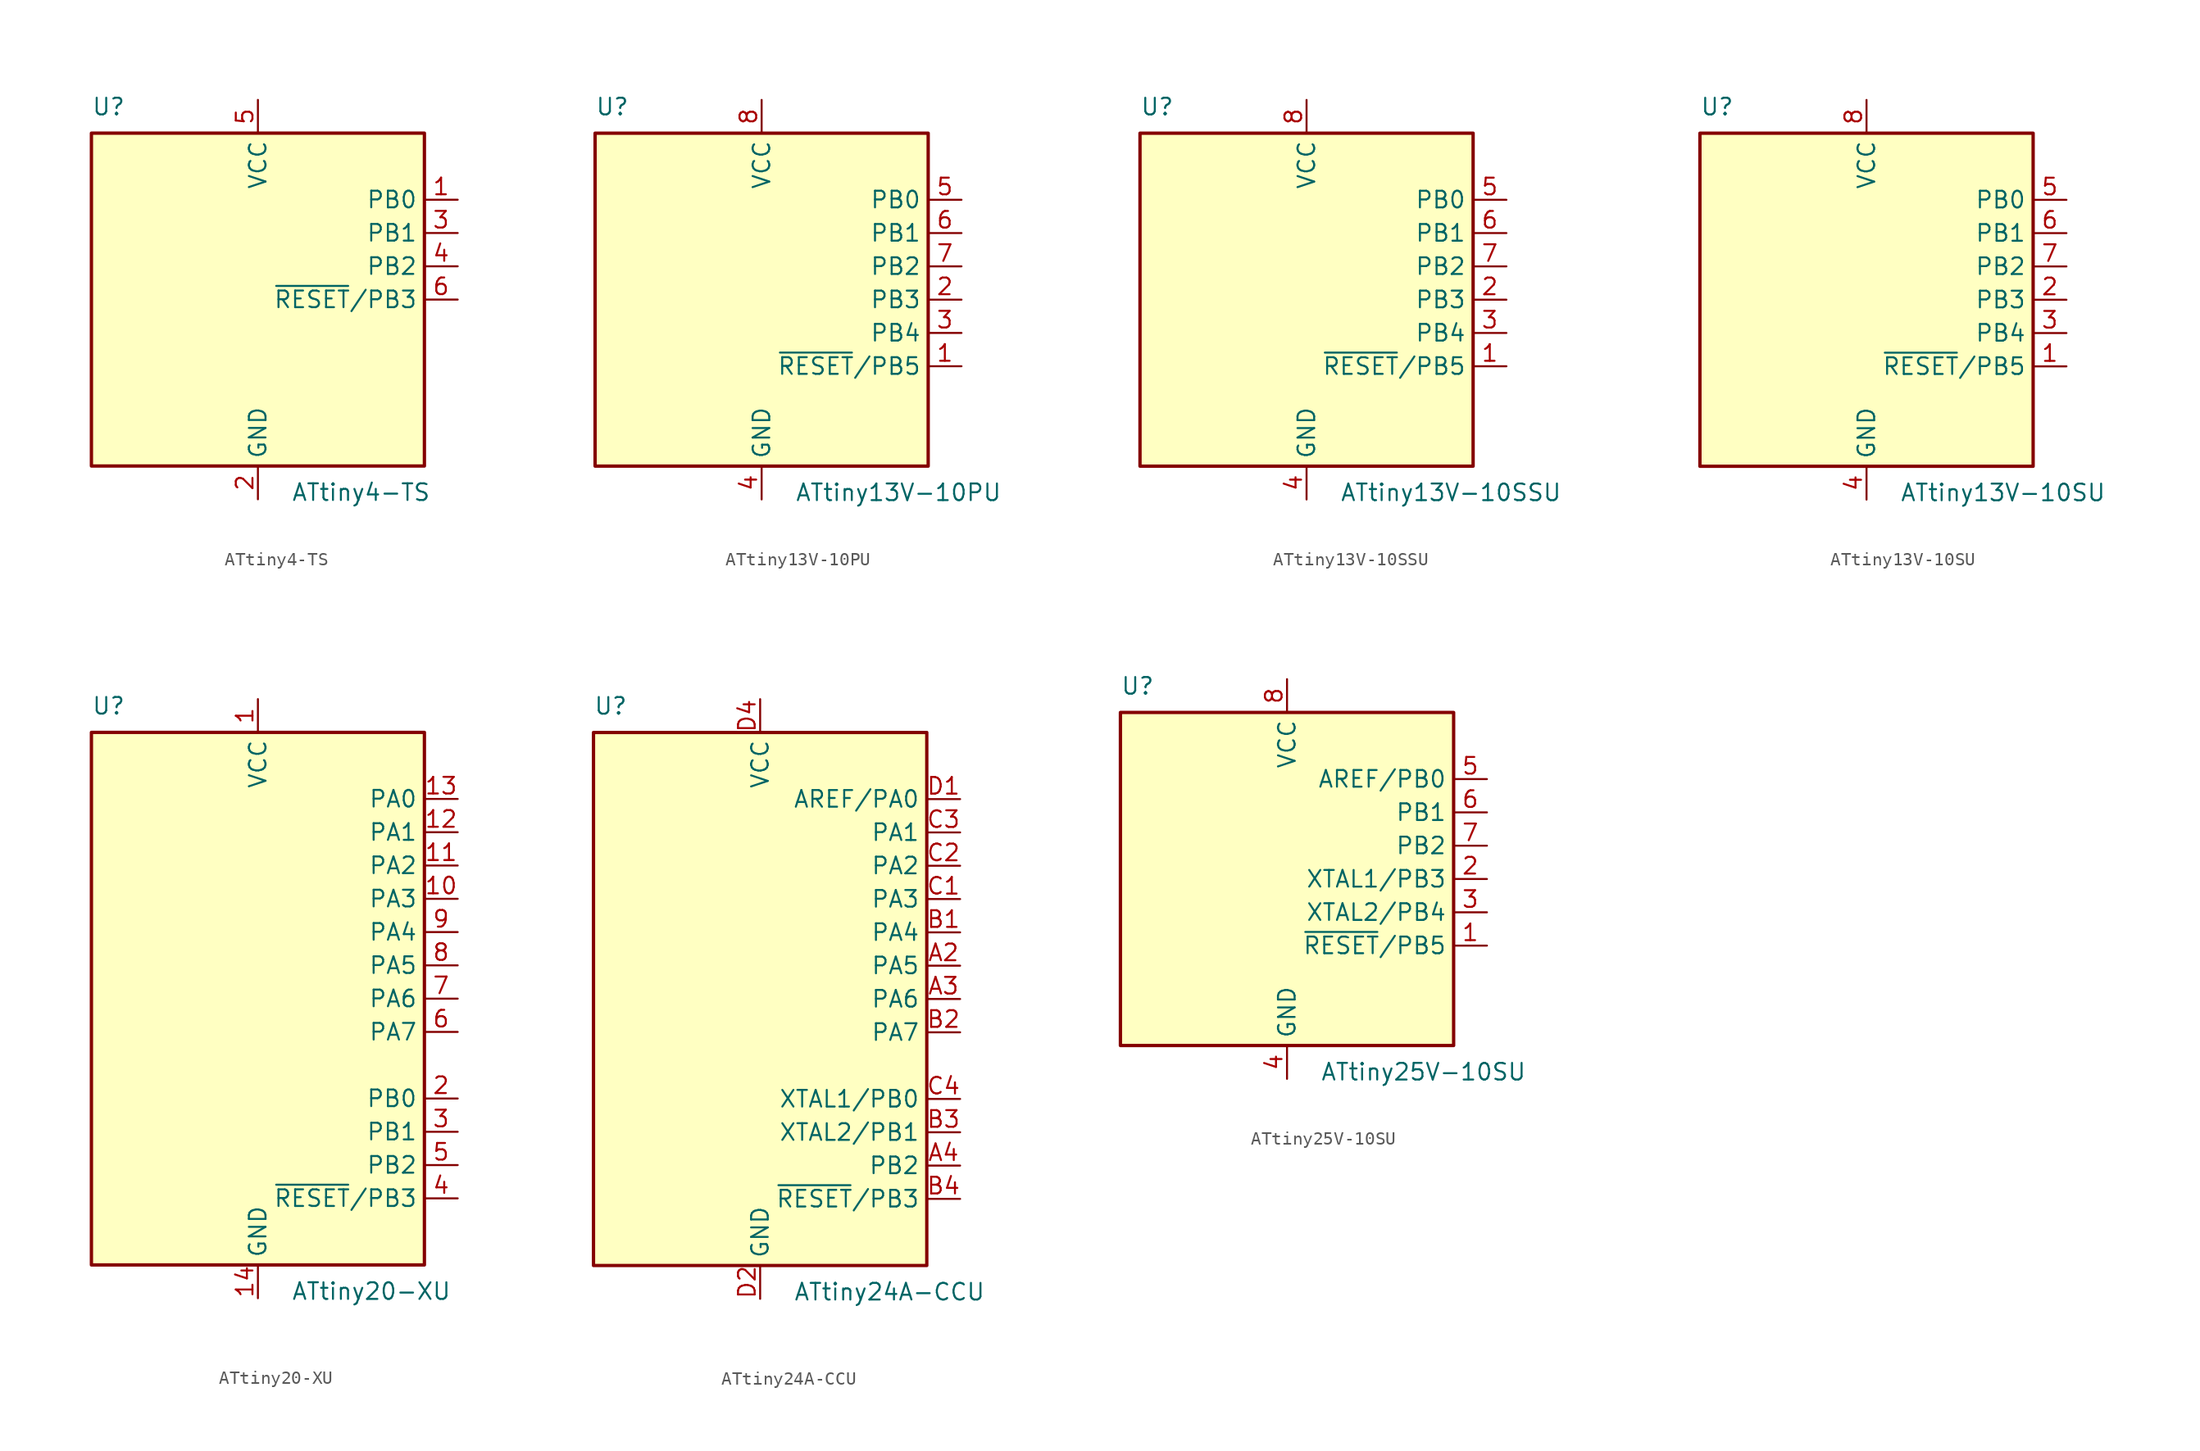
<source format=kicad_sym>
(kicad_symbol_lib
  (version 20201005)
  (generator kicad_symbol_editor)
  (symbol "ATtiny4-TS"
    (property "Reference" "U"
      (at -12.7 13.97 0)
      (effects (font (size 1.27 1.27)) (justify left bottom)))
    (property "Value" "ATtiny4-TS"
      (at 2.54 -13.97 0)
      (effects (font (size 1.27 1.27)) (justify left top)))
    (symbol "ATtiny4-TS_0_1"
      (rectangle (start -12.7 -12.7) (end 12.7 12.7) (stroke (width 0.254)) (fill (type background))))
    (symbol "ATtiny4-TS_1_1"
      (pin tri_state line (at 15.24 7.62 180) (length 2.54) (name "PB0" (effects (font (size 1.27 1.27)))) (number "1" (effects (font (size 1.27 1.27)))))
      (pin power_in line (at 0 -15.24 90) (length 2.54) (name "GND" (effects (font (size 1.27 1.27)))) (number "2" (effects (font (size 1.27 1.27)))))
      (pin tri_state line (at 15.24 5.08 180) (length 2.54) (name "PB1" (effects (font (size 1.27 1.27)))) (number "3" (effects (font (size 1.27 1.27)))))
      (pin tri_state line (at 15.24 2.54 180) (length 2.54) (name "PB2" (effects (font (size 1.27 1.27)))) (number "4" (effects (font (size 1.27 1.27)))))
      (pin power_in line (at 0 15.24 270) (length 2.54) (name "VCC" (effects (font (size 1.27 1.27)))) (number "5" (effects (font (size 1.27 1.27)))))
      (pin tri_state line (at 15.24 0 180) (length 2.54) (name "~RESET~/PB3" (effects (font (size 1.27 1.27)))) (number "6" (effects (font (size 1.27 1.27)))))))
  (symbol "ATtiny13V-10PU"
    (property "Reference" "U"
      (at -12.7 13.97 0)
      (effects (font (size 1.27 1.27)) (justify left bottom)))
    (property "Value" "ATtiny13V-10PU"
      (at 2.54 -13.97 0)
      (effects (font (size 1.27 1.27)) (justify left top)))
    (symbol "ATtiny13V-10PU_0_1"
      (rectangle (start -12.7 -12.7) (end 12.7 12.7) (stroke (width 0.254)) (fill (type background))))
    (symbol "ATtiny13V-10PU_1_1"
      (pin tri_state line (at 15.24 -5.08 180) (length 2.54) (name "~RESET~/PB5" (effects (font (size 1.27 1.27)))) (number "1" (effects (font (size 1.27 1.27)))))
      (pin tri_state line (at 15.24 0 180) (length 2.54) (name "PB3" (effects (font (size 1.27 1.27)))) (number "2" (effects (font (size 1.27 1.27)))))
      (pin tri_state line (at 15.24 -2.54 180) (length 2.54) (name "PB4" (effects (font (size 1.27 1.27)))) (number "3" (effects (font (size 1.27 1.27)))))
      (pin power_in line (at 0 -15.24 90) (length 2.54) (name "GND" (effects (font (size 1.27 1.27)))) (number "4" (effects (font (size 1.27 1.27)))))
      (pin tri_state line (at 15.24 7.62 180) (length 2.54) (name "PB0" (effects (font (size 1.27 1.27)))) (number "5" (effects (font (size 1.27 1.27)))))
      (pin tri_state line (at 15.24 5.08 180) (length 2.54) (name "PB1" (effects (font (size 1.27 1.27)))) (number "6" (effects (font (size 1.27 1.27)))))
      (pin tri_state line (at 15.24 2.54 180) (length 2.54) (name "PB2" (effects (font (size 1.27 1.27)))) (number "7" (effects (font (size 1.27 1.27)))))
      (pin power_in line (at 0 15.24 270) (length 2.54) (name "VCC" (effects (font (size 1.27 1.27)))) (number "8" (effects (font (size 1.27 1.27)))))))
  (symbol "ATtiny13V-10SSU"
    (property "Reference" "U"
      (at -12.7 13.97 0)
      (effects (font (size 1.27 1.27)) (justify left bottom)))
    (property "Value" "ATtiny13V-10SSU"
      (at 2.54 -13.97 0)
      (effects (font (size 1.27 1.27)) (justify left top)))
    (symbol "ATtiny13V-10SSU_0_1"
      (rectangle (start -12.7 -12.7) (end 12.7 12.7) (stroke (width 0.254)) (fill (type background))))
    (symbol "ATtiny13V-10SSU_1_1"
      (pin tri_state line (at 15.24 -5.08 180) (length 2.54) (name "~RESET~/PB5" (effects (font (size 1.27 1.27)))) (number "1" (effects (font (size 1.27 1.27)))))
      (pin tri_state line (at 15.24 0 180) (length 2.54) (name "PB3" (effects (font (size 1.27 1.27)))) (number "2" (effects (font (size 1.27 1.27)))))
      (pin tri_state line (at 15.24 -2.54 180) (length 2.54) (name "PB4" (effects (font (size 1.27 1.27)))) (number "3" (effects (font (size 1.27 1.27)))))
      (pin power_in line (at 0 -15.24 90) (length 2.54) (name "GND" (effects (font (size 1.27 1.27)))) (number "4" (effects (font (size 1.27 1.27)))))
      (pin tri_state line (at 15.24 7.62 180) (length 2.54) (name "PB0" (effects (font (size 1.27 1.27)))) (number "5" (effects (font (size 1.27 1.27)))))
      (pin tri_state line (at 15.24 5.08 180) (length 2.54) (name "PB1" (effects (font (size 1.27 1.27)))) (number "6" (effects (font (size 1.27 1.27)))))
      (pin tri_state line (at 15.24 2.54 180) (length 2.54) (name "PB2" (effects (font (size 1.27 1.27)))) (number "7" (effects (font (size 1.27 1.27)))))
      (pin power_in line (at 0 15.24 270) (length 2.54) (name "VCC" (effects (font (size 1.27 1.27)))) (number "8" (effects (font (size 1.27 1.27)))))))
  (symbol "ATtiny13V-10SU"
    (property "Reference" "U"
      (at -12.7 13.97 0)
      (effects (font (size 1.27 1.27)) (justify left bottom)))
    (property "Value" "ATtiny13V-10SU"
      (at 2.54 -13.97 0)
      (effects (font (size 1.27 1.27)) (justify left top)))
    (symbol "ATtiny13V-10SU_0_1"
      (rectangle (start -12.7 -12.7) (end 12.7 12.7) (stroke (width 0.254)) (fill (type background))))
    (symbol "ATtiny13V-10SU_1_1"
      (pin tri_state line (at 15.24 -5.08 180) (length 2.54) (name "~RESET~/PB5" (effects (font (size 1.27 1.27)))) (number "1" (effects (font (size 1.27 1.27)))))
      (pin tri_state line (at 15.24 0 180) (length 2.54) (name "PB3" (effects (font (size 1.27 1.27)))) (number "2" (effects (font (size 1.27 1.27)))))
      (pin tri_state line (at 15.24 -2.54 180) (length 2.54) (name "PB4" (effects (font (size 1.27 1.27)))) (number "3" (effects (font (size 1.27 1.27)))))
      (pin power_in line (at 0 -15.24 90) (length 2.54) (name "GND" (effects (font (size 1.27 1.27)))) (number "4" (effects (font (size 1.27 1.27)))))
      (pin tri_state line (at 15.24 7.62 180) (length 2.54) (name "PB0" (effects (font (size 1.27 1.27)))) (number "5" (effects (font (size 1.27 1.27)))))
      (pin tri_state line (at 15.24 5.08 180) (length 2.54) (name "PB1" (effects (font (size 1.27 1.27)))) (number "6" (effects (font (size 1.27 1.27)))))
      (pin tri_state line (at 15.24 2.54 180) (length 2.54) (name "PB2" (effects (font (size 1.27 1.27)))) (number "7" (effects (font (size 1.27 1.27)))))
      (pin power_in line (at 0 15.24 270) (length 2.54) (name "VCC" (effects (font (size 1.27 1.27)))) (number "8" (effects (font (size 1.27 1.27)))))))
  (symbol "ATtiny20-XU"
    (property "Reference" "U"
      (at -12.7 21.59 0)
      (effects (font (size 1.27 1.27)) (justify left bottom)))
    (property "Value" "ATtiny20-XU"
      (at 2.54 -21.59 0)
      (effects (font (size 1.27 1.27)) (justify left top)))
    (symbol "ATtiny20-XU_0_1"
      (rectangle (start -12.7 -20.32) (end 12.7 20.32) (stroke (width 0.254)) (fill (type background))))
    (symbol "ATtiny20-XU_1_1"
      (pin power_in line (at 0 22.86 270) (length 2.54) (name "VCC" (effects (font (size 1.27 1.27)))) (number "1" (effects (font (size 1.27 1.27)))))
      (pin tri_state line (at 15.24 7.62 180) (length 2.54) (name "PA3" (effects (font (size 1.27 1.27)))) (number "10" (effects (font (size 1.27 1.27)))))
      (pin tri_state line (at 15.24 10.16 180) (length 2.54) (name "PA2" (effects (font (size 1.27 1.27)))) (number "11" (effects (font (size 1.27 1.27)))))
      (pin tri_state line (at 15.24 12.7 180) (length 2.54) (name "PA1" (effects (font (size 1.27 1.27)))) (number "12" (effects (font (size 1.27 1.27)))))
      (pin tri_state line (at 15.24 15.24 180) (length 2.54) (name "PA0" (effects (font (size 1.27 1.27)))) (number "13" (effects (font (size 1.27 1.27)))))
      (pin power_in line (at 0 -22.86 90) (length 2.54) (name "GND" (effects (font (size 1.27 1.27)))) (number "14" (effects (font (size 1.27 1.27)))))
      (pin tri_state line (at 15.24 -7.62 180) (length 2.54) (name "PB0" (effects (font (size 1.27 1.27)))) (number "2" (effects (font (size 1.27 1.27)))))
      (pin tri_state line (at 15.24 -10.16 180) (length 2.54) (name "PB1" (effects (font (size 1.27 1.27)))) (number "3" (effects (font (size 1.27 1.27)))))
      (pin tri_state line (at 15.24 -15.24 180) (length 2.54) (name "~RESET~/PB3" (effects (font (size 1.27 1.27)))) (number "4" (effects (font (size 1.27 1.27)))))
      (pin tri_state line (at 15.24 -12.7 180) (length 2.54) (name "PB2" (effects (font (size 1.27 1.27)))) (number "5" (effects (font (size 1.27 1.27)))))
      (pin tri_state line (at 15.24 -2.54 180) (length 2.54) (name "PA7" (effects (font (size 1.27 1.27)))) (number "6" (effects (font (size 1.27 1.27)))))
      (pin tri_state line (at 15.24 0 180) (length 2.54) (name "PA6" (effects (font (size 1.27 1.27)))) (number "7" (effects (font (size 1.27 1.27)))))
      (pin tri_state line (at 15.24 2.54 180) (length 2.54) (name "PA5" (effects (font (size 1.27 1.27)))) (number "8" (effects (font (size 1.27 1.27)))))
      (pin tri_state line (at 15.24 5.08 180) (length 2.54) (name "PA4" (effects (font (size 1.27 1.27)))) (number "9" (effects (font (size 1.27 1.27)))))))
  (symbol "ATtiny24A-CCU"
    (property "Reference" "U"
      (at -12.7 21.59 0)
      (effects (font (size 1.27 1.27)) (justify left bottom)))
    (property "Value" "ATtiny24A-CCU"
      (at 2.54 -21.59 0)
      (effects (font (size 1.27 1.27)) (justify left top)))
    (symbol "ATtiny24A-CCU_0_1"
      (rectangle (start -12.7 -20.32) (end 12.7 20.32) (stroke (width 0.254)) (fill (type background))))
    (symbol "ATtiny24A-CCU_1_1"
      (pin tri_state line (at 15.24 2.54 180) (length 2.54) (name "PA5" (effects (font (size 1.27 1.27)))) (number "A2" (effects (font (size 1.27 1.27)))))
      (pin tri_state line (at 15.24 0 180) (length 2.54) (name "PA6" (effects (font (size 1.27 1.27)))) (number "A3" (effects (font (size 1.27 1.27)))))
      (pin tri_state line (at 15.24 -12.7 180) (length 2.54) (name "PB2" (effects (font (size 1.27 1.27)))) (number "A4" (effects (font (size 1.27 1.27)))))
      (pin tri_state line (at 15.24 5.08 180) (length 2.54) (name "PA4" (effects (font (size 1.27 1.27)))) (number "B1" (effects (font (size 1.27 1.27)))))
      (pin tri_state line (at 15.24 -2.54 180) (length 2.54) (name "PA7" (effects (font (size 1.27 1.27)))) (number "B2" (effects (font (size 1.27 1.27)))))
      (pin tri_state line (at 15.24 -10.16 180) (length 2.54) (name "XTAL2/PB1" (effects (font (size 1.27 1.27)))) (number "B3" (effects (font (size 1.27 1.27)))))
      (pin tri_state line (at 15.24 -15.24 180) (length 2.54) (name "~RESET~/PB3" (effects (font (size 1.27 1.27)))) (number "B4" (effects (font (size 1.27 1.27)))))
      (pin tri_state line (at 15.24 7.62 180) (length 2.54) (name "PA3" (effects (font (size 1.27 1.27)))) (number "C1" (effects (font (size 1.27 1.27)))))
      (pin tri_state line (at 15.24 10.16 180) (length 2.54) (name "PA2" (effects (font (size 1.27 1.27)))) (number "C2" (effects (font (size 1.27 1.27)))))
      (pin tri_state line (at 15.24 12.7 180) (length 2.54) (name "PA1" (effects (font (size 1.27 1.27)))) (number "C3" (effects (font (size 1.27 1.27)))))
      (pin tri_state line (at 15.24 -7.62 180) (length 2.54) (name "XTAL1/PB0" (effects (font (size 1.27 1.27)))) (number "C4" (effects (font (size 1.27 1.27)))))
      (pin tri_state line (at 15.24 15.24 180) (length 2.54) (name "AREF/PA0" (effects (font (size 1.27 1.27)))) (number "D1" (effects (font (size 1.27 1.27)))))
      (pin power_in line (at 0 -22.86 90) (length 2.54) (name "GND" (effects (font (size 1.27 1.27)))) (number "D2" (effects (font (size 1.27 1.27)))))
      (pin passive line (at 0 -22.86 90) (length 2.54) hide (name "GND" (effects (font (size 1.27 1.27)))) (number "D3" (effects (font (size 1.27 1.27)))))
      (pin power_in line (at 0 22.86 270) (length 2.54) (name "VCC" (effects (font (size 1.27 1.27)))) (number "D4" (effects (font (size 1.27 1.27)))))))
  (symbol "ATtiny25V-10SU"
    (property "Reference" "U"
      (at -12.7 13.97 0)
      (effects (font (size 1.27 1.27)) (justify left bottom)))
    (property "Value" "ATtiny25V-10SU"
      (at 2.54 -13.97 0)
      (effects (font (size 1.27 1.27)) (justify left top)))
    (symbol "ATtiny25V-10SU_0_1"
      (rectangle (start -12.7 -12.7) (end 12.7 12.7) (stroke (width 0.254)) (fill (type background))))
    (symbol "ATtiny25V-10SU_1_1"
      (pin tri_state line (at 15.24 -5.08 180) (length 2.54) (name "~RESET~/PB5" (effects (font (size 1.27 1.27)))) (number "1" (effects (font (size 1.27 1.27)))))
      (pin tri_state line (at 15.24 0 180) (length 2.54) (name "XTAL1/PB3" (effects (font (size 1.27 1.27)))) (number "2" (effects (font (size 1.27 1.27)))))
      (pin tri_state line (at 15.24 -2.54 180) (length 2.54) (name "XTAL2/PB4" (effects (font (size 1.27 1.27)))) (number "3" (effects (font (size 1.27 1.27)))))
      (pin power_in line (at 0 -15.24 90) (length 2.54) (name "GND" (effects (font (size 1.27 1.27)))) (number "4" (effects (font (size 1.27 1.27)))))
      (pin tri_state line (at 15.24 7.62 180) (length 2.54) (name "AREF/PB0" (effects (font (size 1.27 1.27)))) (number "5" (effects (font (size 1.27 1.27)))))
      (pin tri_state line (at 15.24 5.08 180) (length 2.54) (name "PB1" (effects (font (size 1.27 1.27)))) (number "6" (effects (font (size 1.27 1.27)))))
      (pin tri_state line (at 15.24 2.54 180) (length 2.54) (name "PB2" (effects (font (size 1.27 1.27)))) (number "7" (effects (font (size 1.27 1.27)))))
      (pin power_in line (at 0 15.24 270) (length 2.54) (name "VCC" (effects (font (size 1.27 1.27)))) (number "8" (effects (font (size 1.27 1.27))))))))
</source>
